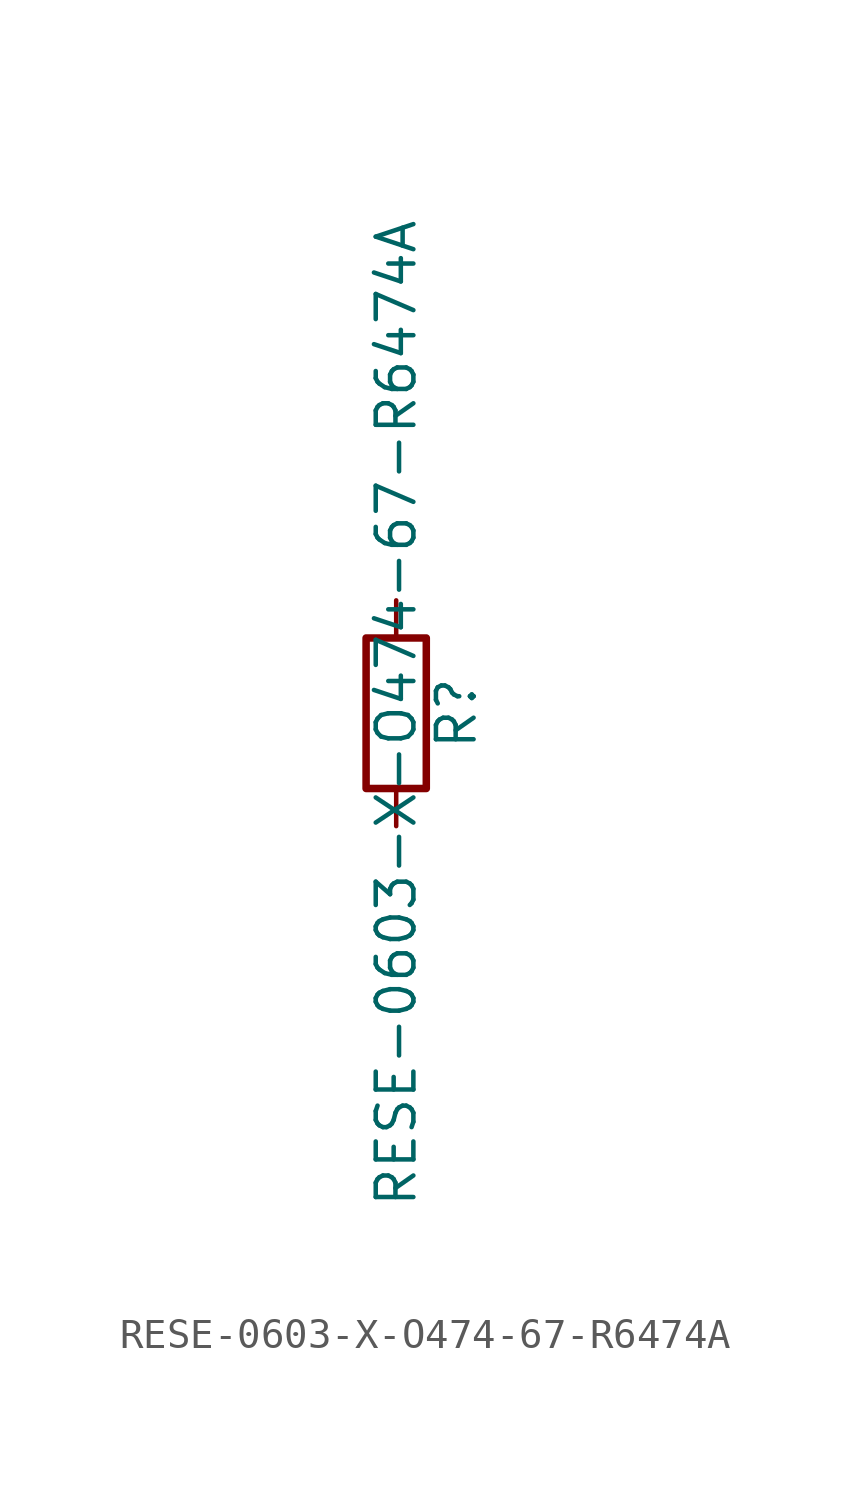
<source format=kicad_sym>
(kicad_symbol_lib
  (version 20211014)
  (generator kicad_symbol_editor)
  (symbol "RESE-0603-X-O474-67-R6474A"
    (pin_numbers hide)
    (pin_names
      (offset 0))
    (property "Reference" "R"
      (at 2.032 0 90)
      (effects (font (size 1.27 1.27))))
    (property "Value" "RESE-0603-X-O474-67-R6474A"
      (at 0 0 90)
      (effects (font (size 1.27 1.27))))
    (symbol "RESE-0603-X-O474-67-R6474A_0_1"
      (rectangle (start -1.016 -2.54) (end 1.016 2.54) (stroke (width 0.254) (type default) (color 0 0 0 0)) (fill (type none))))
    (symbol "RESE-0603-X-O474-67-R6474A_1_1"
      (pin passive line (at 0 3.81 270) (length 1.27) (name "~" (effects (font (size 1.27 1.27)))) (number "1" (effects (font (size 1.27 1.27)))))
      (pin passive line (at 0 -3.81 90) (length 1.27) (name "~" (effects (font (size 1.27 1.27)))) (number "2" (effects (font (size 1.27 1.27))))))))
</source>
